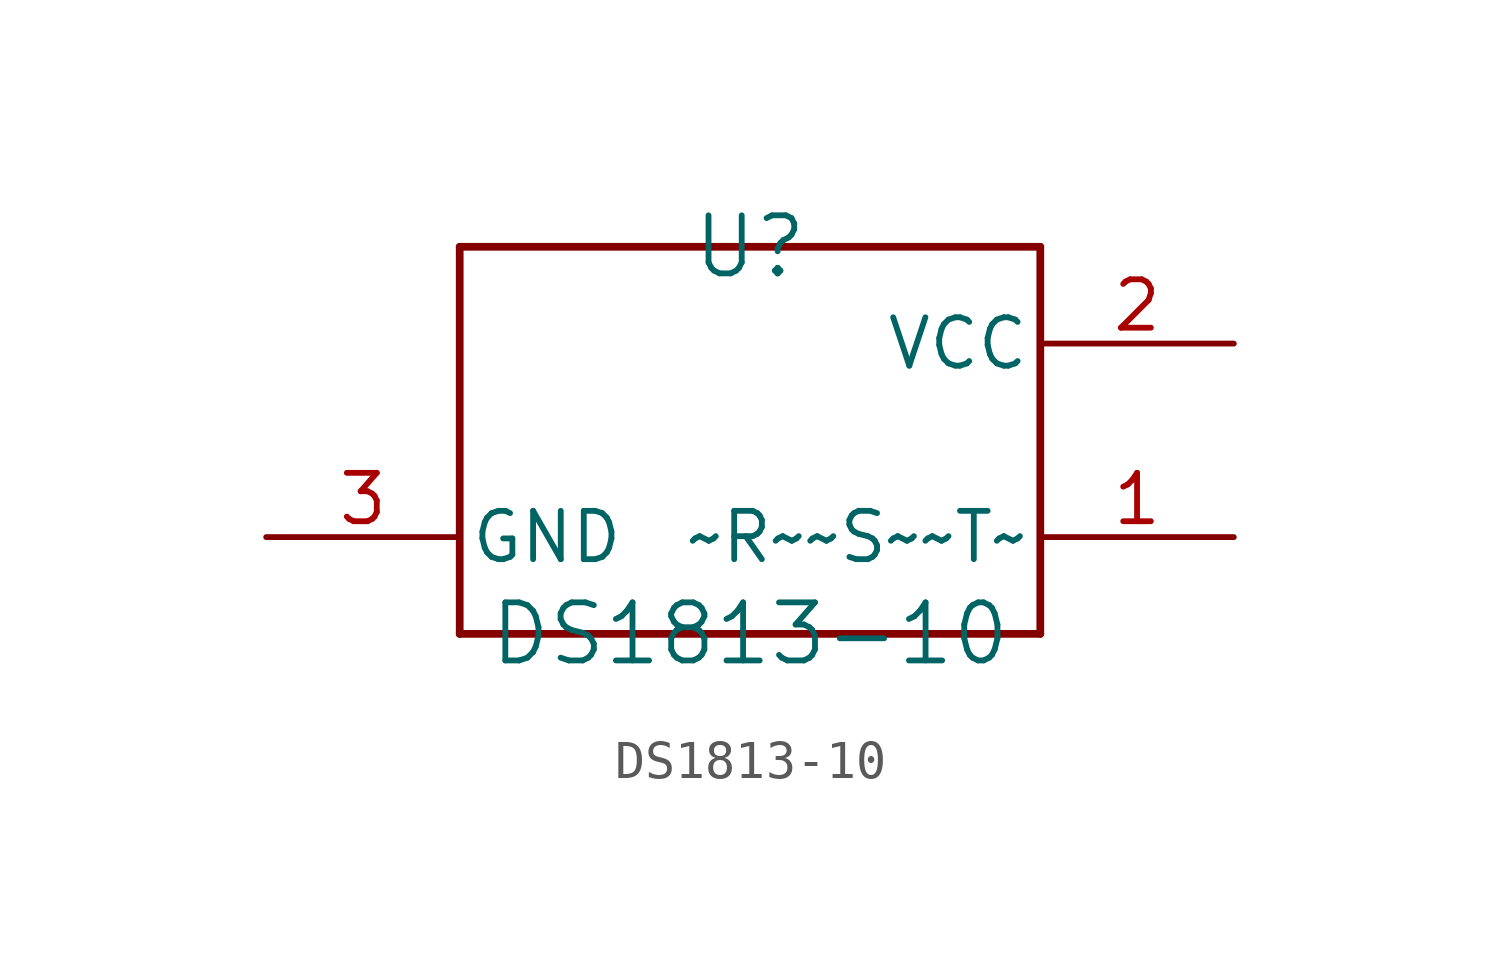
<source format=kicad_sym>
(kicad_symbol_lib
  (version 20241209)
  (generator "kicad_symbol_editor")
  (generator_version "9.0")
  (symbol "DS1813-10"
    (pin_names
      (offset 0.254))
    (property "Reference" "U"
      (at 7.62 0 0)
      (effects (font (size 1.524 1.524))))
    (property "Value" "DS1813-10"
      (at 7.62 -10.16 0)
      (effects (font (size 1.524 1.524))))
    (property "ki_locked" ""
      (at 0 0 0)
      (effects (font (size 1.27 1.27))))
    (symbol "DS1813-10_0_1"
      (polyline (pts (xy 0 0) (xy 15.24 0)) (stroke (width 0.203) (type default)) (fill (type none)))
      (polyline (pts (xy 0 -10.16) (xy 0 0)) (stroke (width 0.203) (type default)) (fill (type none)))
      (polyline (pts (xy 0 -10.16) (xy 15.24 -10.16)) (stroke (width 0.203) (type default)) (fill (type none)))
      (polyline (pts (xy 15.24 0) (xy 15.24 -10.16)) (stroke (width 0.203) (type default)) (fill (type none)))
      (pin power_in line (at -5.08 -7.62 0) (length 5.08) (name "GND" (effects (font (size 1.27 1.27)))) (number "3" (effects (font (size 1.27 1.27)))))
      (pin power_in line (at 20.32 -2.54 180) (length 5.08) (name "VCC" (effects (font (size 1.27 1.27)))) (number "2" (effects (font (size 1.27 1.27)))))
      (pin output line (at 20.32 -7.62 180) (length 5.08) (name "~R~~S~~T~" (effects (font (size 1.27 1.27)))) (number "1" (effects (font (size 1.27 1.27))))))))
</source>
